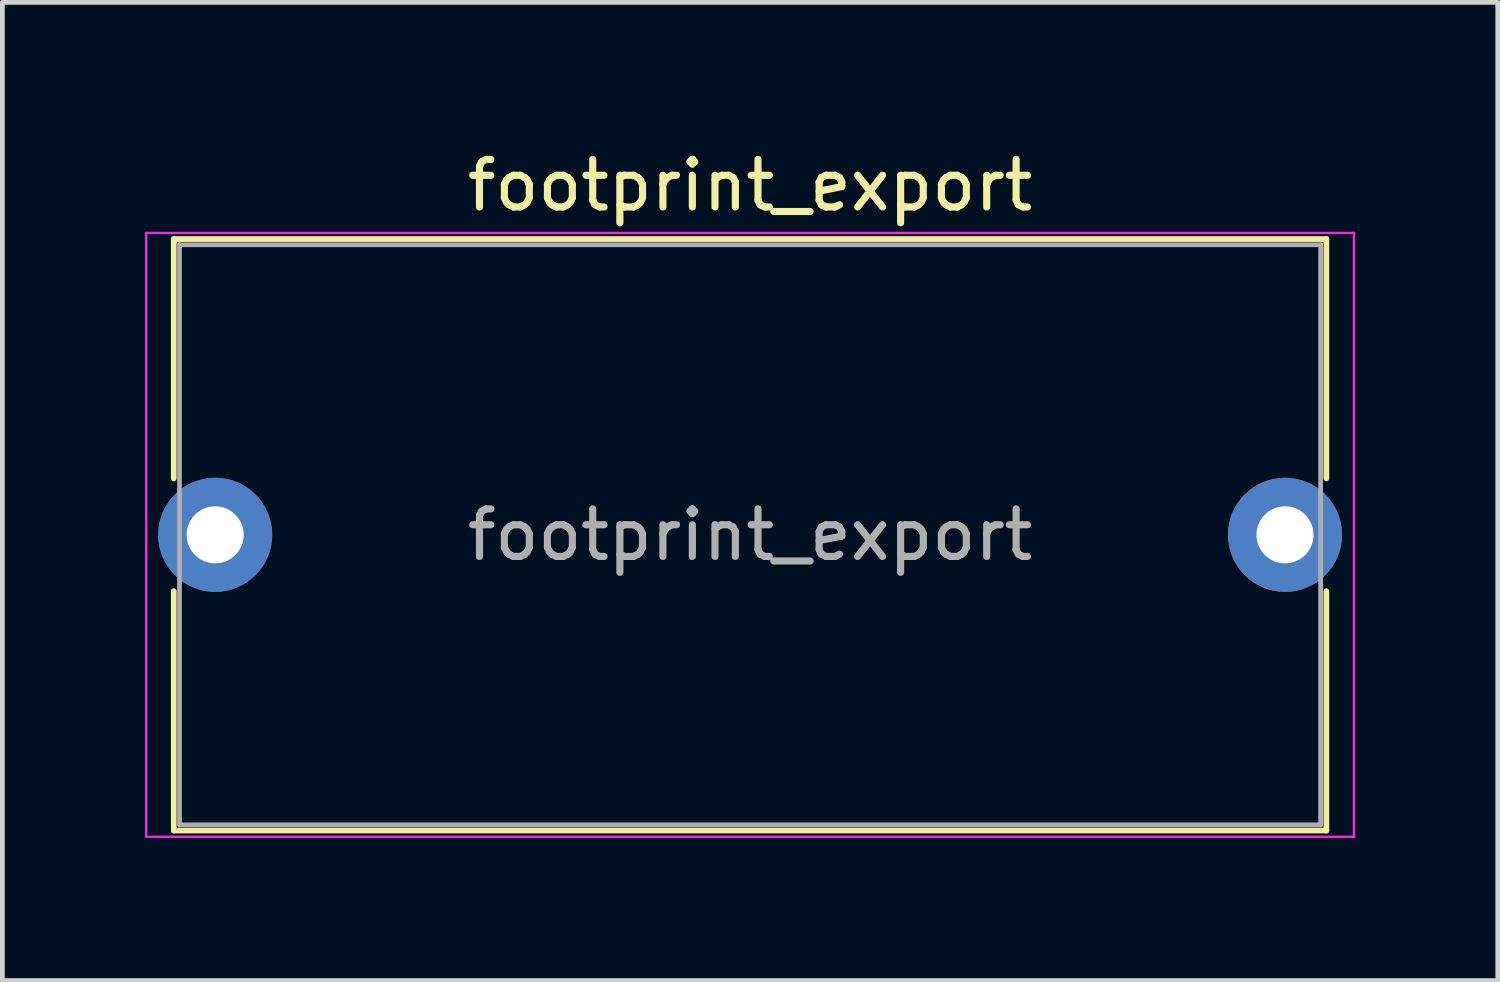
<source format=kicad_pcb>
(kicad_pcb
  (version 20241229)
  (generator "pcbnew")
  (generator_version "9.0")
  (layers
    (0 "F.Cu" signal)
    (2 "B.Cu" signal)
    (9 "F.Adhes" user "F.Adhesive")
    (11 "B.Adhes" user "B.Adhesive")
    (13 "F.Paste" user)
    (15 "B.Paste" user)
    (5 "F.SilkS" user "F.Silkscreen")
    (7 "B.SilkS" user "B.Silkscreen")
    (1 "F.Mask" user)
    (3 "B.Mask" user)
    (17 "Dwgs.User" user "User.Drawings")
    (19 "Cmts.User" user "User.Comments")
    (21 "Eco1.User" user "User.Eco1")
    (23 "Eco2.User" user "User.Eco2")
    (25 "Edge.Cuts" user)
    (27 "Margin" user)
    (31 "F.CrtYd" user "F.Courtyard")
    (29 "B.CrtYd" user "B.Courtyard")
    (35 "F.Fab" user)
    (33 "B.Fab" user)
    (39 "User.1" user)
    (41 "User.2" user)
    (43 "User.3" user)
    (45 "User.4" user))
  (footprint "footprint_export"
    (layer "F.Cu")
    (at 1.475 8.198)
    (property "Reference" "footprint_export" (at 11.25 -7.35 0) (layer "F.SilkS") (effects (font (size 1 1) (thickness 0.15))))
    (attr through_hole)
    (fp_line (start -0.87 -6.22) (end -0.87 -1.185) (stroke (width 0.12) (type solid)) (layer "F.SilkS"))
    (fp_line (start -0.87 -6.22) (end 23.37 -6.22) (stroke (width 0.12) (type solid)) (layer "F.SilkS"))
    (fp_line (start -0.87 1.185) (end -0.87 6.22) (stroke (width 0.12) (type solid)) (layer "F.SilkS"))
    (fp_line (start -0.87 6.22) (end 23.37 6.22) (stroke (width 0.12) (type solid)) (layer "F.SilkS"))
    (fp_line (start 23.37 -6.22) (end 23.37 -1.185) (stroke (width 0.12) (type solid)) (layer "F.SilkS"))
    (fp_line (start 23.37 1.185) (end 23.37 6.22) (stroke (width 0.12) (type solid)) (layer "F.SilkS"))
    (fp_line (start -1.45 -6.35) (end -1.45 6.35) (stroke (width 0.05) (type solid)) (layer "F.CrtYd"))
    (fp_line (start -1.45 6.35) (end 23.95 6.35) (stroke (width 0.05) (type solid)) (layer "F.CrtYd"))
    (fp_line (start 23.95 -6.35) (end -1.45 -6.35) (stroke (width 0.05) (type solid)) (layer "F.CrtYd"))
    (fp_line (start 23.95 6.35) (end 23.95 -6.35) (stroke (width 0.05) (type solid)) (layer "F.CrtYd"))
    (fp_line (start -0.75 -6.1) (end -0.75 6.1) (stroke (width 0.1) (type solid)) (layer "F.Fab"))
    (fp_line (start -0.75 6.1) (end 23.25 6.1) (stroke (width 0.1) (type solid)) (layer "F.Fab"))
    (fp_line (start 23.25 -6.1) (end -0.75 -6.1) (stroke (width 0.1) (type solid)) (layer "F.Fab"))
    (fp_line (start 23.25 6.1) (end 23.25 -6.1) (stroke (width 0.1) (type solid)) (layer "F.Fab"))
    (fp_text user "${REFERENCE}" (at 11.25 0 0) (layer "F.Fab") (effects (font (size 1 1) (thickness 0.15))))
    (pad "1" thru_hole circle (at 0 0) (size 2.4 2.4) (drill 1.2) (layers "*.Cu" "*.Mask"))
    (pad "2" thru_hole circle (at 22.5 0) (size 2.4 2.4) (drill 1.2) (layers "*.Cu" "*.Mask")))
  (gr_rect
    (start -3 -3)
    (end 28.45 17.573)
    (stroke (width 0.1) (type default))
    (fill no)
    (layer "Edge.Cuts")))
</source>
